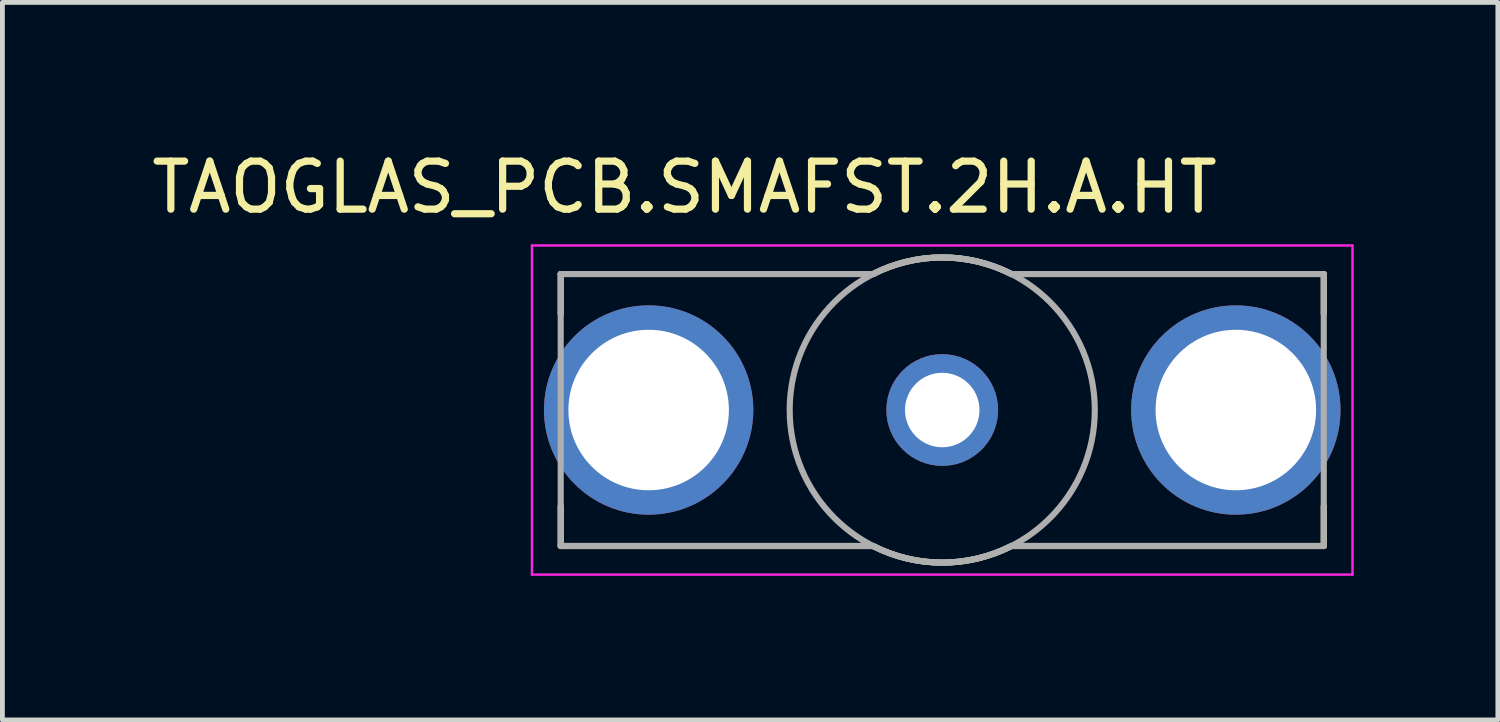
<source format=kicad_pcb>
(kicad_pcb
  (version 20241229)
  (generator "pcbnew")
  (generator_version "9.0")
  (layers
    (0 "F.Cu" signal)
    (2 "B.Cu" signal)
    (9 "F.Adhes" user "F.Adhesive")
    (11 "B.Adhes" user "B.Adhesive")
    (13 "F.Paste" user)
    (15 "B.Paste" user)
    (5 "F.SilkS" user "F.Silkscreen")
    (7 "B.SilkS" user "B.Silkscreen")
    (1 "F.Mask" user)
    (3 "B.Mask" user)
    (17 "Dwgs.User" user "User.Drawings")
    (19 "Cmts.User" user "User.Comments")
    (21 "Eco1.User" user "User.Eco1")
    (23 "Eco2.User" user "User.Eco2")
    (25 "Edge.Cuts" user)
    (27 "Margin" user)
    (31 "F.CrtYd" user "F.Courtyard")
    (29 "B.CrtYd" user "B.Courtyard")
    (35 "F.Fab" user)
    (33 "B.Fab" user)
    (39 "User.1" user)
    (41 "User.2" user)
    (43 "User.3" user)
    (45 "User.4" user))
  (footprint "TAOGLAS_PCB.SMAFST.2H.A.HT"
    (layer "F.Cu")
    (at 16.559 5.483)
    (property "Reference" "TAOGLAS_PCB.SMAFST.2H.A.HT" (at -5.363 -4.635 0) (layer "F.SilkS") (effects (font (size 1 1) (thickness 0.15))))
    (attr through_hole)
    (fp_line (start -7.94 -2.83) (end -1.44 -2.83) (stroke (width 0.127) (type solid)) (layer "F.SilkS"))
    (fp_line (start -7.94 -2) (end -7.94 -2.83) (stroke (width 0.127) (type solid)) (layer "F.SilkS"))
    (fp_line (start -7.94 2.83) (end -7.94 2) (stroke (width 0.127) (type solid)) (layer "F.SilkS"))
    (fp_line (start -1.44 2.83) (end -7.94 2.83) (stroke (width 0.127) (type solid)) (layer "F.SilkS"))
    (fp_line (start 1.44 -2.83) (end 7.94 -2.83) (stroke (width 0.127) (type solid)) (layer "F.SilkS"))
    (fp_line (start 7.94 -2.83) (end 7.94 -2) (stroke (width 0.127) (type solid)) (layer "F.SilkS"))
    (fp_line (start 7.94 2.83) (end 1.44 2.83) (stroke (width 0.127) (type solid)) (layer "F.SilkS"))
    (fp_line (start 7.94 2.83) (end 7.94 2) (stroke (width 0.127) (type solid)) (layer "F.SilkS"))
    (fp_arc (start -1.44 -2.83) (mid 0 -3.175713) (end 1.44 -2.83) (stroke (width 0.127) (type solid)) (layer "F.SilkS"))
    (fp_arc (start 1.44 2.83) (mid 0 3.175713) (end -1.44 2.83) (stroke (width 0.127) (type solid)) (layer "F.SilkS"))
    (fp_line (start -8.538 -3.425) (end -8.538 3.425) (stroke (width 0.05) (type solid)) (layer "F.CrtYd"))
    (fp_line (start -8.538 3.425) (end 8.538 3.425) (stroke (width 0.05) (type solid)) (layer "F.CrtYd"))
    (fp_line (start 8.538 -3.425) (end -8.538 -3.425) (stroke (width 0.05) (type solid)) (layer "F.CrtYd"))
    (fp_line (start 8.538 3.425) (end 8.538 -3.425) (stroke (width 0.05) (type solid)) (layer "F.CrtYd"))
    (fp_line (start -7.94 -2.83) (end -1.44 -2.83) (stroke (width 0.127) (type solid)) (layer "F.Fab"))
    (fp_line (start -7.94 2.83) (end -7.94 -2.83) (stroke (width 0.127) (type solid)) (layer "F.Fab"))
    (fp_line (start -1.44 2.83) (end -7.94 2.83) (stroke (width 0.127) (type solid)) (layer "F.Fab"))
    (fp_line (start 1.44 -2.83) (end 7.94 -2.83) (stroke (width 0.127) (type solid)) (layer "F.Fab"))
    (fp_line (start 7.94 -2.83) (end 7.94 2.83) (stroke (width 0.127) (type solid)) (layer "F.Fab"))
    (fp_line (start 7.94 2.83) (end 1.44 2.83) (stroke (width 0.127) (type solid)) (layer "F.Fab"))
    (fp_arc (start -1.44 -2.83) (mid 0 -3.175713) (end 1.44 -2.83) (stroke (width 0.127) (type solid)) (layer "F.Fab"))
    (fp_arc (start 1.44 2.83) (mid 0 3.175713) (end -1.44 2.83) (stroke (width 0.127) (type solid)) (layer "F.Fab"))
    (fp_circle (center 0 0) (end 3.175 0) (stroke (width 0.127) (type solid)) (fill no) (layer "F.Fab"))
    (pad "SH1" thru_hole circle (at -6.11 0) (size 4.356 4.356) (drill 3.34) (layers "*.Cu" "*.Mask"))
    (pad "SH2" thru_hole circle (at 6.11 0) (size 4.356 4.356) (drill 3.34) (layers "*.Cu" "*.Mask"))
    (pad "SIG" thru_hole circle (at 0 0) (size 2.325 2.325) (drill 1.55) (layers "*.Cu" "*.Mask")))
  (gr_rect
    (start -3 -3)
    (end 28.122 11.933)
    (stroke (width 0.1) (type default))
    (fill no)
    (layer "Edge.Cuts")))
</source>
